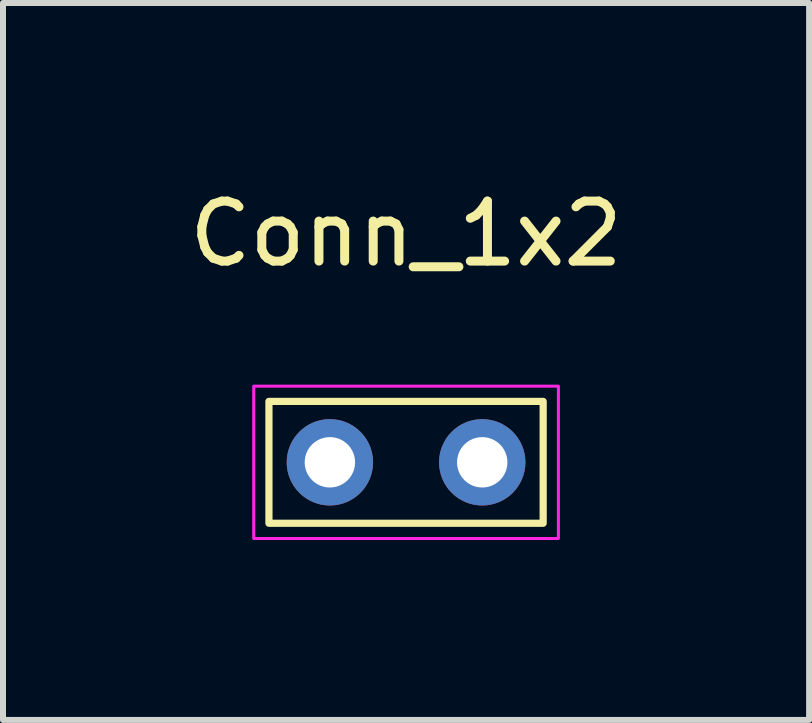
<source format=kicad_pcb>
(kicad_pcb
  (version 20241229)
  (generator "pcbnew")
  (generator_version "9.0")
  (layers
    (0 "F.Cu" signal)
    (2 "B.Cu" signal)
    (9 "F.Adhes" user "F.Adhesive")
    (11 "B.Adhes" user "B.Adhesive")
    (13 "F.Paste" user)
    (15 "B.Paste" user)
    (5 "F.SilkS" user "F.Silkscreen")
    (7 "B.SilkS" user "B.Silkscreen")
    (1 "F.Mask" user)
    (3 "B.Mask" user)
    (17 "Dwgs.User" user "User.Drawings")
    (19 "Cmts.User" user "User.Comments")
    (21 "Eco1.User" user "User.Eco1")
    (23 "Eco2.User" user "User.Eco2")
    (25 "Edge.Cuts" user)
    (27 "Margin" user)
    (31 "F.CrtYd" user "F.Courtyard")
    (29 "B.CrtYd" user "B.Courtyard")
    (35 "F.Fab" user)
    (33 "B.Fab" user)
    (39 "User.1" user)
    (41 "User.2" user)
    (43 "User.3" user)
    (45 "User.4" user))
  (footprint "Conn_1x2"
    (layer "F.Cu")
    (at 2.45 4.658)
    (property "Reference" "Conn_1x2" (at 1.27 -3.81 0) (unlocked yes) (layer "F.SilkS") (effects (font (size 1 1) (thickness 0.15))))
    (attr through_hole)
    (fp_rect (start -1.016 -1.016) (end 3.556 1.016) (stroke (width 0.12) (type default)) (fill no) (layer "F.SilkS"))
    (fp_rect (start -1.27 -1.27) (end 3.81 1.27) (stroke (width 0.05) (type default)) (fill no) (layer "F.CrtYd"))
    (pad "1" thru_hole circle (at 0 0) (size 1.44 1.44) (drill 0.84) (layers "*.Cu" "*.Mask"))
    (pad "2" thru_hole circle (at 2.54 0) (size 1.44 1.44) (drill 0.84) (layers "*.Cu" "*.Mask")))
  (gr_rect
    (start -3 -3)
    (end 10.44 8.953)
    (stroke (width 0.1) (type default))
    (fill no)
    (layer "Edge.Cuts")))
</source>
